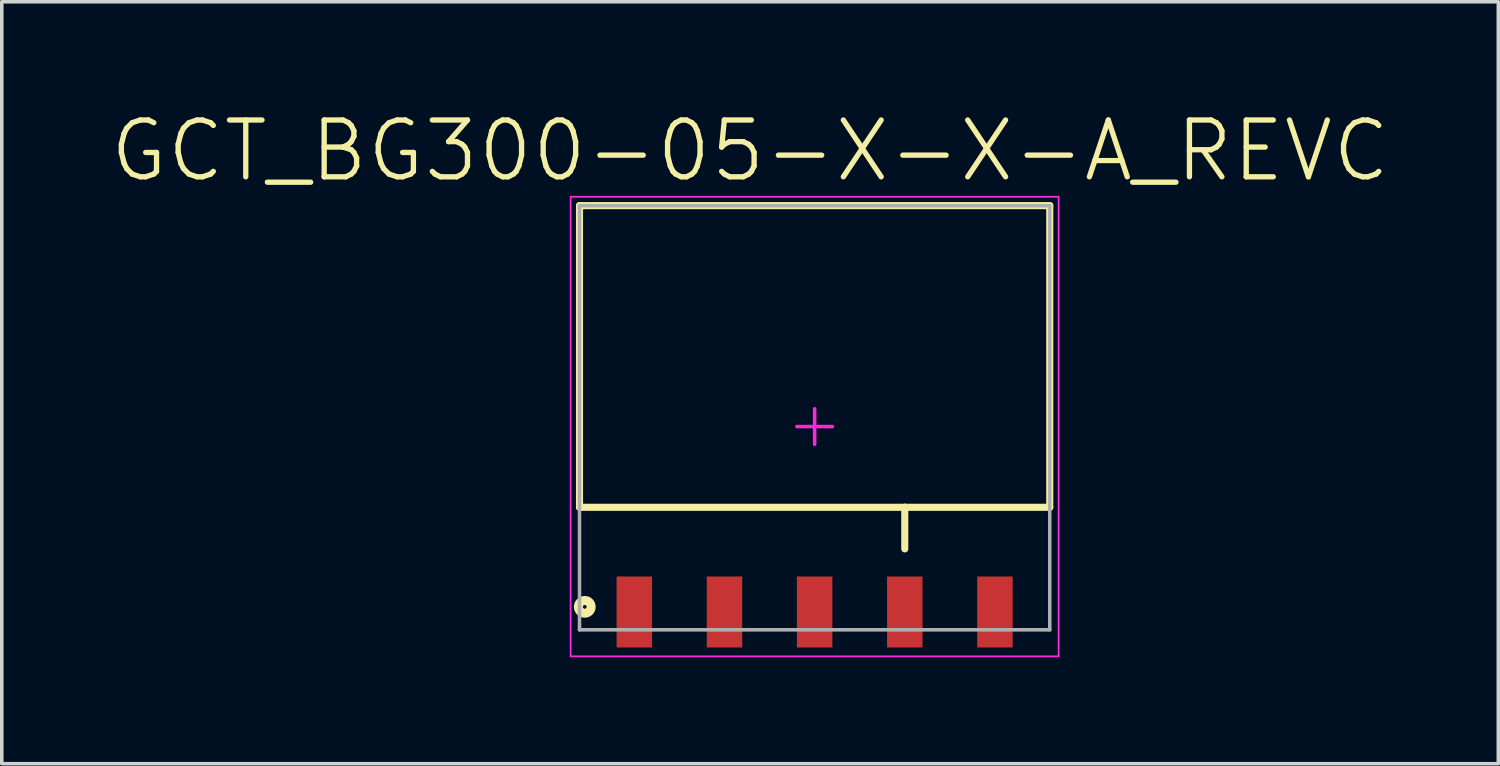
<source format=kicad_pcb>
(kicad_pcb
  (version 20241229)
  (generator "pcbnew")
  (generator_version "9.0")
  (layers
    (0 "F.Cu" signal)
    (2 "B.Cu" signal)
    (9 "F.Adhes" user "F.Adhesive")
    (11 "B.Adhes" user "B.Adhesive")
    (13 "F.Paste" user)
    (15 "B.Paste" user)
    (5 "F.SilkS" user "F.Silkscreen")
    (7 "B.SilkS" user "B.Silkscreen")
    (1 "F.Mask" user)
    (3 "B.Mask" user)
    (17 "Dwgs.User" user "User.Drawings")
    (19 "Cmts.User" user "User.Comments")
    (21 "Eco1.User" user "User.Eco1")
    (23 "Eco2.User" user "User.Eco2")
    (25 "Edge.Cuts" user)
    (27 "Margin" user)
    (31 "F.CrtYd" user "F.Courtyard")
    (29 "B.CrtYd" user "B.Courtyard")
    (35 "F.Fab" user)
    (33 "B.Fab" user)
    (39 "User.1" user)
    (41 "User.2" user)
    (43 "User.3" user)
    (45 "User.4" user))
  (footprint "GCT_BG300-05-X-X-A_REVC"
    (layer "F.Cu")
    (at 19.904 8.969)
    (property "Reference" "GCT_BG300-05-X-X-A_REVC" (at -1.82 -7.77 0) (layer "F.SilkS") (effects (font (size 1.6 1.6) (thickness 0.15))))
    (attr smd)
    (fp_line (start -6.625 -6.225) (end 6.625 -6.225) (stroke (width 0.2) (type solid)) (layer "F.SilkS"))
    (fp_line (start -6.625 2.275) (end -6.625 -6.225) (stroke (width 0.2) (type solid)) (layer "F.SilkS"))
    (fp_line (start -6.625 2.275) (end 2.54 2.275) (stroke (width 0.2) (type solid)) (layer "F.SilkS"))
    (fp_line (start 2.54 2.275) (end 6.625 2.275) (stroke (width 0.2) (type solid)) (layer "F.SilkS"))
    (fp_line (start 2.54 3.447) (end 2.54 2.275) (stroke (width 0.2) (type solid)) (layer "F.SilkS"))
    (fp_line (start 6.625 2.275) (end 6.625 -6.225) (stroke (width 0.2) (type solid)) (layer "F.SilkS"))
    (fp_circle (center -6.477 5.08) (end -6.297 5.08) (stroke (width 0.254) (type solid)) (fill no) (layer "F.SilkS"))
    (fp_line (start -6.875 -6.475) (end 6.875 -6.475) (stroke (width 0.05) (type solid)) (layer "F.CrtYd"))
    (fp_line (start -6.875 6.475) (end -6.875 -6.475) (stroke (width 0.05) (type solid)) (layer "F.CrtYd"))
    (fp_line (start -6.875 6.475) (end 6.875 6.475) (stroke (width 0.05) (type solid)) (layer "F.CrtYd"))
    (fp_line (start -0.5 0) (end 0.5 0) (stroke (width 0.1) (type solid)) (layer "F.CrtYd"))
    (fp_line (start 0 0.5) (end 0 -0.5) (stroke (width 0.1) (type solid)) (layer "F.CrtYd"))
    (fp_line (start 6.875 6.475) (end 6.875 -6.475) (stroke (width 0.05) (type solid)) (layer "F.CrtYd"))
    (fp_line (start -6.625 -6.223) (end 6.625 -6.223) (stroke (width 0.1) (type solid)) (layer "F.Fab"))
    (fp_line (start -6.625 5.727) (end -6.625 -6.223) (stroke (width 0.1) (type solid)) (layer "F.Fab"))
    (fp_line (start -6.625 5.727) (end 6.625 5.727) (stroke (width 0.1) (type solid)) (layer "F.Fab"))
    (fp_line (start 6.625 5.727) (end 6.625 -6.223) (stroke (width 0.1) (type solid)) (layer "F.Fab"))
    (pad "1" smd rect (at -5.08 5.225) (size 1 2) (layers "F.Cu" "F.Mask" "F.Paste"))
    (pad "2" smd rect (at -2.54 5.225) (size 1 2) (layers "F.Cu" "F.Mask" "F.Paste"))
    (pad "3" smd rect (at 0 5.225) (size 1 2) (layers "F.Cu" "F.Mask" "F.Paste"))
    (pad "4" smd rect (at 2.54 5.225) (size 1 2) (layers "F.Cu" "F.Mask" "F.Paste"))
    (pad "5" smd rect (at 5.08 5.225) (size 1 2) (layers "F.Cu" "F.Mask" "F.Paste")))
  (gr_rect
    (start -3 -3)
    (end 39.168 18.469)
    (stroke (width 0.1) (type default))
    (fill no)
    (layer "Edge.Cuts")))
</source>
